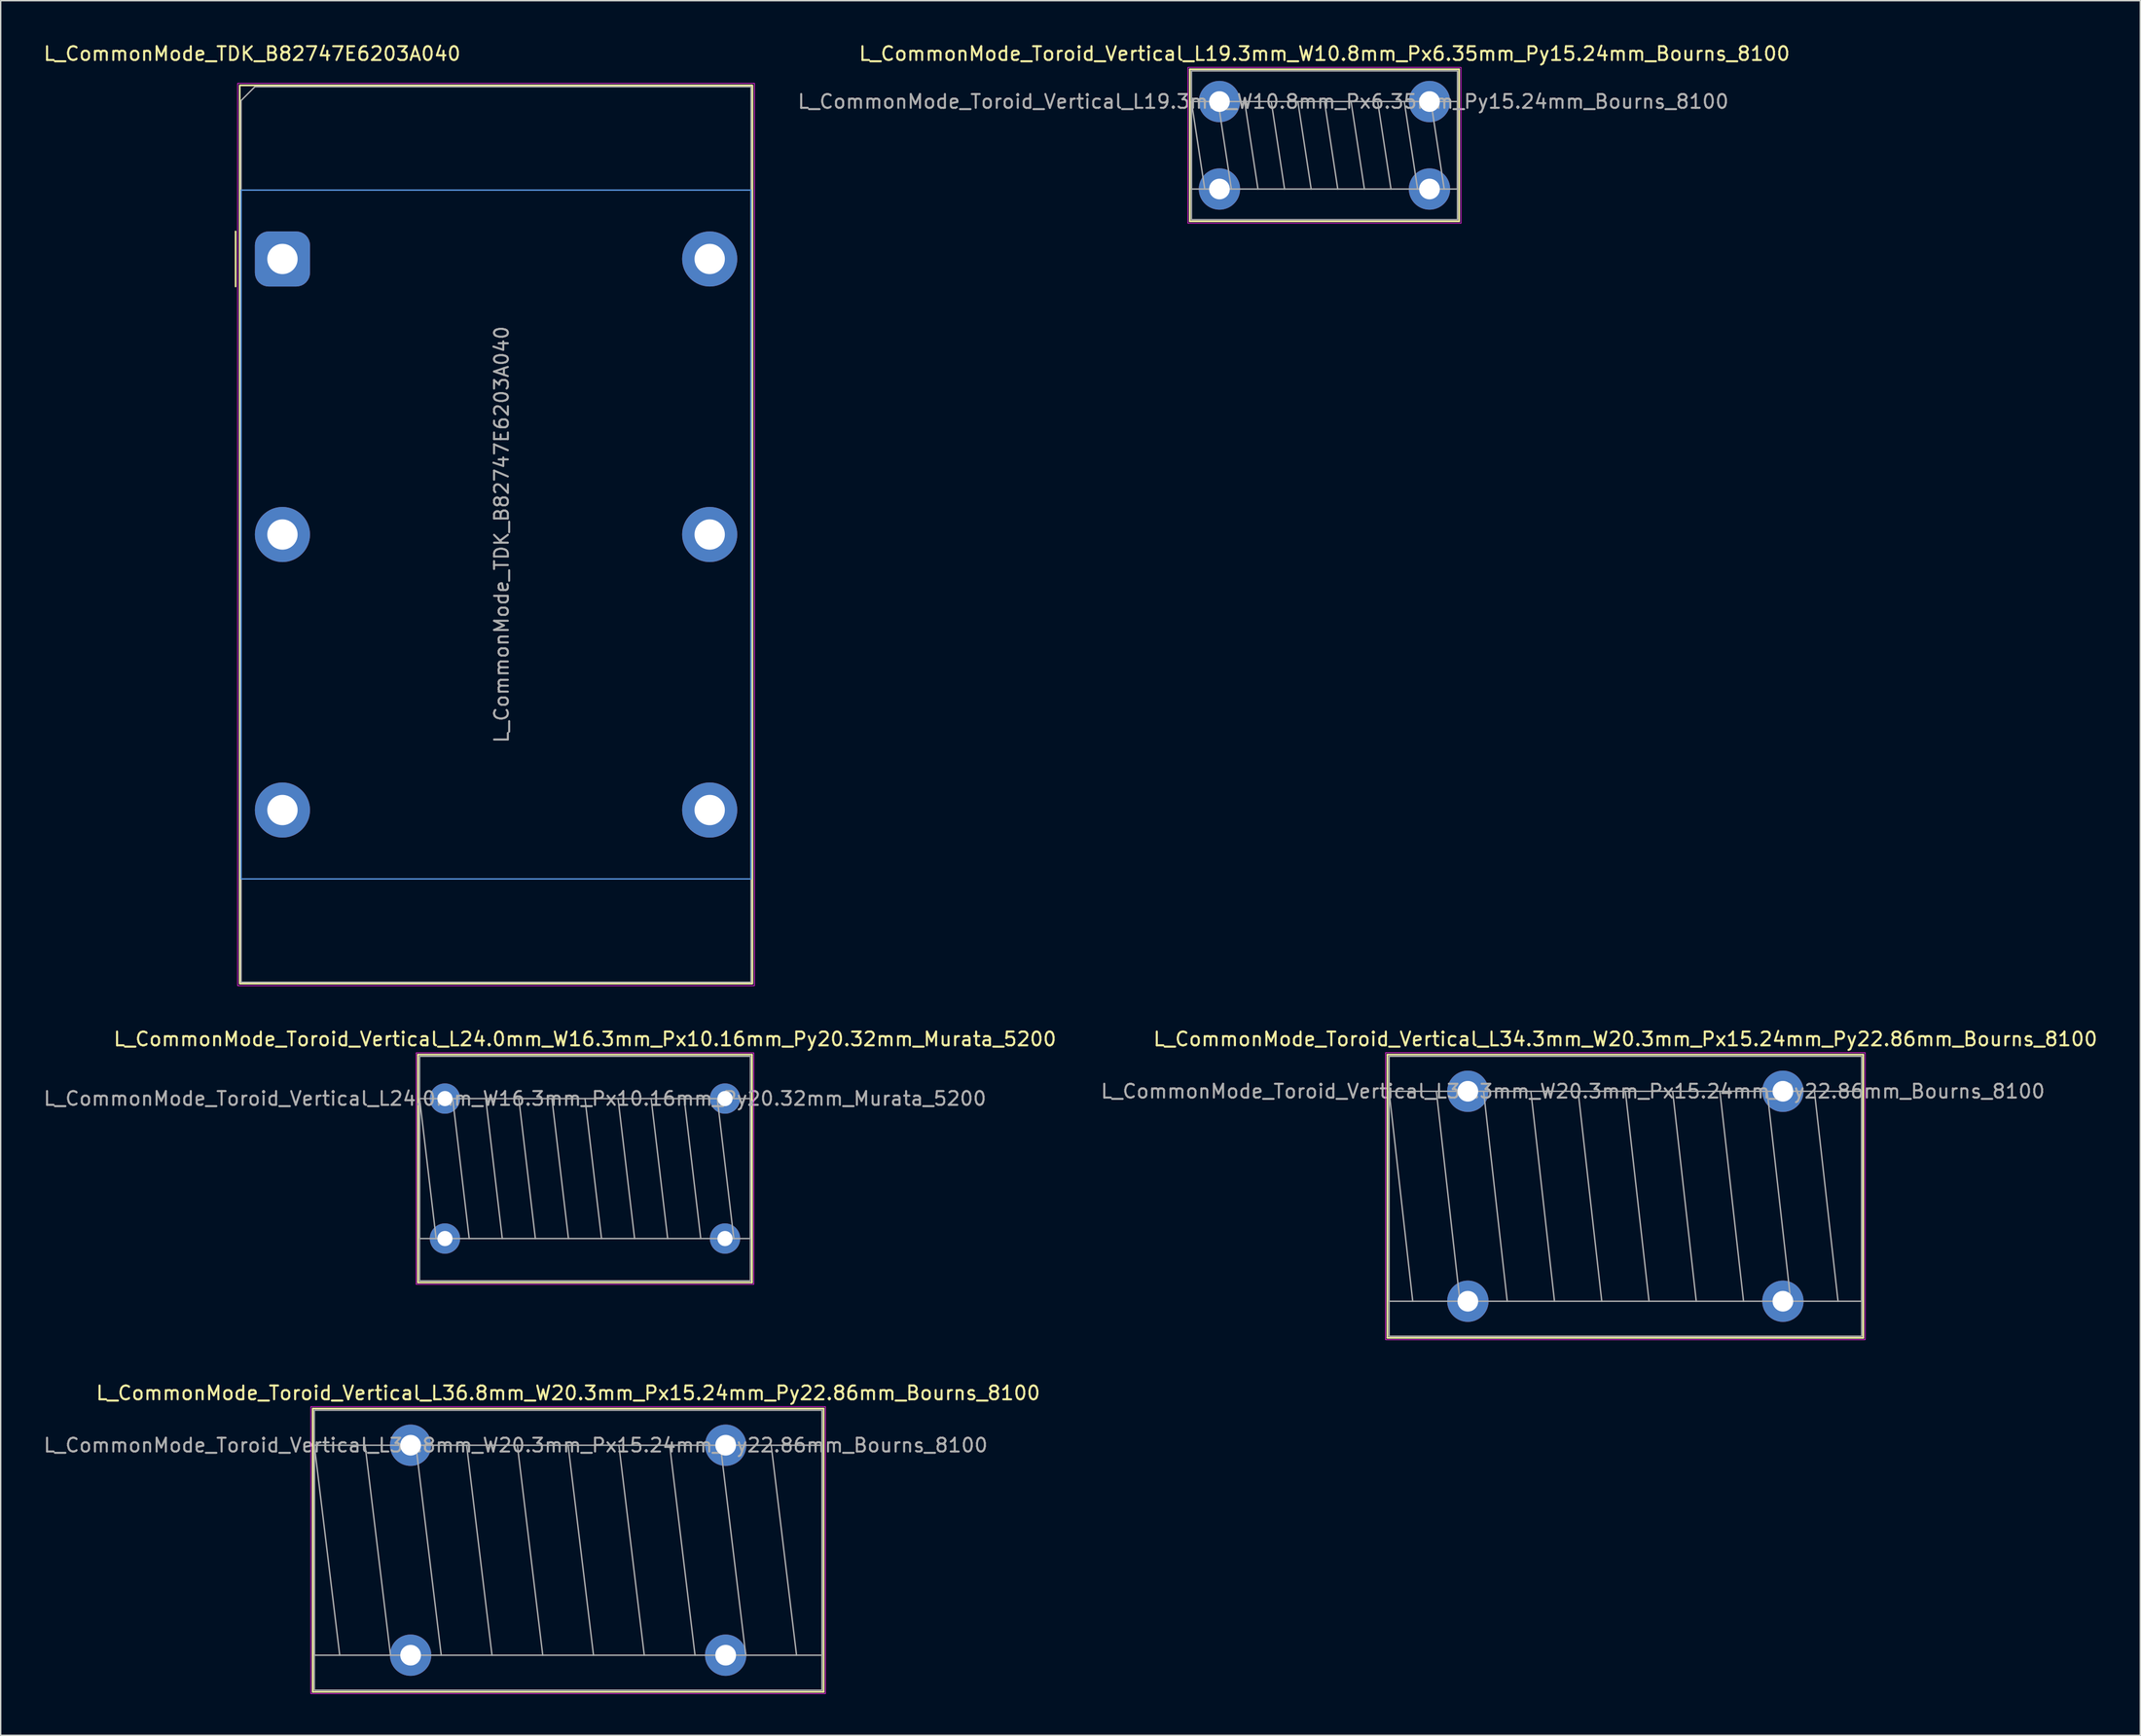
<source format=kicad_pcb>
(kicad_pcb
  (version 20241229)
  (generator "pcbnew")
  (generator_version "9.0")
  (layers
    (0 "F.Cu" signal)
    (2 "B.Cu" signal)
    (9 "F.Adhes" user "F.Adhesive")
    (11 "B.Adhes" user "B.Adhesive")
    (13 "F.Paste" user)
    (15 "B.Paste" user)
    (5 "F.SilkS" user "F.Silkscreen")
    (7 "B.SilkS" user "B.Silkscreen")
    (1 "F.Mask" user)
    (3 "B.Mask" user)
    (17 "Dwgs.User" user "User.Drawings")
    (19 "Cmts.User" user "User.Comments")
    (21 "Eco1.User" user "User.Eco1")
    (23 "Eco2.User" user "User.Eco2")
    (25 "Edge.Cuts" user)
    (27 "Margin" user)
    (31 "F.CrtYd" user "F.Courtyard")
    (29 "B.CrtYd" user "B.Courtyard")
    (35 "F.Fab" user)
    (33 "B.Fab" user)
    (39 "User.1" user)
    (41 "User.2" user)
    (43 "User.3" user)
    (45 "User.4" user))
  (footprint "L_CommonMode_TDK_B82747E6203A040"
    (layer "F.Cu")
    (at 17.444 15.748)
    (property "Reference" "L_CommonMode_TDK_B82747E6203A040" (at -2.2 -14.9 0) (layer "F.SilkS") (effects (font (size 1 1) (thickness 0.15))))
    (attr through_hole)
    (fp_line (start -3.4 -2) (end -3.4 2) (stroke (width 0.12) (type default)) (layer "F.SilkS"))
    (fp_rect (start -3.1 52.6) (end 34.1 -12.6) (stroke (width 0.12) (type default)) (fill no) (layer "F.SilkS"))
    (fp_rect (start -3 45) (end 34 -5) (stroke (width 0.1) (type default)) (fill no) (layer "Cmts.User"))
    (fp_rect (start -3.25 52.75) (end 34.25 -12.75) (stroke (width 0.05) (type default)) (fill no) (layer "F.CrtYd"))
    (fp_line (start -3 -11.5) (end -3 52.5) (stroke (width 0.1) (type default)) (layer "F.Fab"))
    (fp_line (start -3 -11.5) (end -2 -12.5) (stroke (width 0.1) (type default)) (layer "F.Fab"))
    (fp_line (start -3 52.5) (end 34 52.5) (stroke (width 0.1) (type default)) (layer "F.Fab"))
    (fp_line (start 34 -12.5) (end -2 -12.5) (stroke (width 0.1) (type default)) (layer "F.Fab"))
    (fp_line (start 34 -12.5) (end 34 52.5) (stroke (width 0.1) (type default)) (layer "F.Fab"))
    (fp_text user "${REFERENCE}" (at 15.9 20 90) (layer "F.Fab") (effects (font (size 1 1) (thickness 0.15))))
    (pad "1" thru_hole roundrect (at 0 0 90) (size 4 4) (drill 2.2) (layers "*.Cu" "*.Mask") (roundrect_rratio 0.25))
    (pad "2" thru_hole circle (at 0 20 90) (size 4 4) (drill 2.2) (layers "*.Cu" "*.Mask"))
    (pad "3" thru_hole circle (at 0 40 90) (size 4 4) (drill 2.2) (layers "*.Cu" "*.Mask"))
    (pad "4" thru_hole circle (at 31 40 90) (size 4 4) (drill 2.2) (layers "*.Cu" "*.Mask"))
    (pad "5" thru_hole circle (at 31 20 90) (size 4 4) (drill 2.2) (layers "*.Cu" "*.Mask"))
    (pad "6" thru_hole circle (at 31 0 90) (size 4 4) (drill 2.2) (layers "*.Cu" "*.Mask")))
  (footprint "L_CommonMode_Toroid_Vertical_L34.3mm_W20.3mm_Px15.24mm_Py22.86mm_Bourns_8100"
    (layer "F.Cu")
    (at 103.454 76.162)
    (property "Reference" "L_CommonMode_Toroid_Vertical_L34.3mm_W20.3mm_Px15.24mm_Py22.86mm_Bourns_8100" (at 11.43 -3.79 0) (layer "F.SilkS") (effects (font (size 1 1) (thickness 0.15))))
    (attr through_hole)
    (fp_line (start -5.835 -2.66) (end 28.695 -2.66) (stroke (width 0.12) (type solid)) (layer "F.SilkS"))
    (fp_line (start -5.835 17.9) (end -5.835 -2.66) (stroke (width 0.12) (type solid)) (layer "F.SilkS"))
    (fp_line (start 28.695 -2.66) (end 28.695 17.9) (stroke (width 0.12) (type solid)) (layer "F.SilkS"))
    (fp_line (start 28.695 17.9) (end -5.835 17.9) (stroke (width 0.12) (type solid)) (layer "F.SilkS"))
    (fp_rect (start -5.97 -2.8) (end 28.83 18.03) (stroke (width 0.05) (type solid)) (fill no) (layer "F.CrtYd"))
    (fp_line (start -5.715 0) (end -4 15.24) (stroke (width 0.1) (type solid)) (layer "F.Fab"))
    (fp_line (start -2.286 0) (end -0.572 15.24) (stroke (width 0.1) (type solid)) (layer "F.Fab"))
    (fp_line (start 1.143 0) (end 2.857 15.24) (stroke (width 0.1) (type solid)) (layer "F.Fab"))
    (fp_line (start 4.572 0) (end 6.287 15.24) (stroke (width 0.1) (type solid)) (layer "F.Fab"))
    (fp_line (start 8.001 0) (end 9.716 15.24) (stroke (width 0.1) (type solid)) (layer "F.Fab"))
    (fp_line (start 11.43 0) (end 13.145 15.24) (stroke (width 0.1) (type solid)) (layer "F.Fab"))
    (fp_line (start 14.859 0) (end 16.573 15.24) (stroke (width 0.1) (type solid)) (layer "F.Fab"))
    (fp_line (start 18.288 0) (end 20.003 15.24) (stroke (width 0.1) (type solid)) (layer "F.Fab"))
    (fp_line (start 21.717 0) (end 23.431 15.24) (stroke (width 0.1) (type solid)) (layer "F.Fab"))
    (fp_line (start 25.146 0) (end 26.86 15.24) (stroke (width 0.1) (type solid)) (layer "F.Fab"))
    (fp_rect (start -5.715 -2.54) (end 28.575 17.78) (stroke (width 0.1) (type solid)) (fill no) (layer "F.Fab"))
    (fp_rect (start -5.715 0) (end 28.575 15.24) (stroke (width 0.1) (type solid)) (fill no) (layer "F.Fab"))
    (fp_text user "${REFERENCE}" (at 7.62 0 0) (layer "F.Fab") (effects (font (size 1 1) (thickness 0.15))))
    (pad "1" thru_hole circle (at 0 0) (size 3 3) (drill 1.5) (layers "*.Cu" "*.Mask"))
    (pad "2" thru_hole circle (at 0 15.24) (size 3 3) (drill 1.5) (layers "*.Cu" "*.Mask"))
    (pad "3" thru_hole circle (at 22.86 15.24) (size 3 3) (drill 1.5) (layers "*.Cu" "*.Mask"))
    (pad "4" thru_hole circle (at 22.86 0) (size 3 3) (drill 1.5) (layers "*.Cu" "*.Mask")))
  (footprint "L_CommonMode_Toroid_Vertical_L19.3mm_W10.8mm_Px6.35mm_Py15.24mm_Bourns_8100"
    (layer "F.Cu")
    (at 85.431 4.321)
    (property "Reference" "L_CommonMode_Toroid_Vertical_L19.3mm_W10.8mm_Px6.35mm_Py15.24mm_Bourns_8100" (at 7.62 -3.473 0) (layer "F.SilkS") (effects (font (size 1 1) (thickness 0.15))))
    (attr through_hole)
    (fp_line (start -2.152 -2.343) (end 17.392 -2.343) (stroke (width 0.12) (type solid)) (layer "F.SilkS"))
    (fp_line (start -2.152 8.693) (end -2.152 -2.343) (stroke (width 0.12) (type solid)) (layer "F.SilkS"))
    (fp_line (start 17.392 -2.343) (end 17.392 8.693) (stroke (width 0.12) (type solid)) (layer "F.SilkS"))
    (fp_line (start 17.392 8.693) (end -2.152 8.693) (stroke (width 0.12) (type solid)) (layer "F.SilkS"))
    (fp_rect (start -2.29 -2.48) (end 17.53 8.83) (stroke (width 0.05) (type solid)) (fill no) (layer "F.CrtYd"))
    (fp_line (start -2.032 0) (end -1.067 6.35) (stroke (width 0.1) (type solid)) (layer "F.Fab"))
    (fp_line (start -0.102 0) (end 0.864 6.35) (stroke (width 0.1) (type solid)) (layer "F.Fab"))
    (fp_line (start 1.829 0) (end 2.794 6.35) (stroke (width 0.1) (type solid)) (layer "F.Fab"))
    (fp_line (start 3.759 0) (end 4.724 6.35) (stroke (width 0.1) (type solid)) (layer "F.Fab"))
    (fp_line (start 5.69 0) (end 6.655 6.35) (stroke (width 0.1) (type solid)) (layer "F.Fab"))
    (fp_line (start 7.62 0) (end 8.585 6.35) (stroke (width 0.1) (type solid)) (layer "F.Fab"))
    (fp_line (start 9.55 0) (end 10.516 6.35) (stroke (width 0.1) (type solid)) (layer "F.Fab"))
    (fp_line (start 11.481 0) (end 12.446 6.35) (stroke (width 0.1) (type solid)) (layer "F.Fab"))
    (fp_line (start 13.411 0) (end 14.376 6.35) (stroke (width 0.1) (type solid)) (layer "F.Fab"))
    (fp_line (start 15.342 0) (end 16.307 6.35) (stroke (width 0.1) (type solid)) (layer "F.Fab"))
    (fp_rect (start -2.032 -2.223) (end 17.272 8.572) (stroke (width 0.1) (type solid)) (fill no) (layer "F.Fab"))
    (fp_rect (start -2.032 0) (end 17.272 6.35) (stroke (width 0.1) (type solid)) (fill no) (layer "F.Fab"))
    (fp_text user "${REFERENCE}" (at 3.175 0 0) (layer "F.Fab") (effects (font (size 1 1) (thickness 0.15))))
    (pad "1" thru_hole circle (at 0 0) (size 3 3) (drill 1.5) (layers "*.Cu" "*.Mask"))
    (pad "2" thru_hole circle (at 0 6.35) (size 3 3) (drill 1.5) (layers "*.Cu" "*.Mask"))
    (pad "3" thru_hole circle (at 15.24 6.35) (size 3 3) (drill 1.5) (layers "*.Cu" "*.Mask"))
    (pad "4" thru_hole circle (at 15.24 0) (size 3 3) (drill 1.5) (layers "*.Cu" "*.Mask")))
  (footprint "L_CommonMode_Toroid_Vertical_L36.8mm_W20.3mm_Px15.24mm_Py22.86mm_Bourns_8100"
    (layer "F.Cu")
    (at 26.743 101.855)
    (property "Reference" "L_CommonMode_Toroid_Vertical_L36.8mm_W20.3mm_Px15.24mm_Py22.86mm_Bourns_8100" (at 11.43 -3.79 0) (layer "F.SilkS") (effects (font (size 1 1) (thickness 0.15))))
    (attr through_hole)
    (fp_line (start -7.105 -2.66) (end 29.965 -2.66) (stroke (width 0.12) (type solid)) (layer "F.SilkS"))
    (fp_line (start -7.105 17.9) (end -7.105 -2.66) (stroke (width 0.12) (type solid)) (layer "F.SilkS"))
    (fp_line (start 29.965 -2.66) (end 29.965 17.9) (stroke (width 0.12) (type solid)) (layer "F.SilkS"))
    (fp_line (start 29.965 17.9) (end -7.105 17.9) (stroke (width 0.12) (type solid)) (layer "F.SilkS"))
    (fp_rect (start -7.24 -2.8) (end 30.1 18.03) (stroke (width 0.05) (type solid)) (fill no) (layer "F.CrtYd"))
    (fp_line (start -6.985 0) (end -5.144 15.24) (stroke (width 0.1) (type solid)) (layer "F.Fab"))
    (fp_line (start -3.302 0) (end -1.46 15.24) (stroke (width 0.1) (type solid)) (layer "F.Fab"))
    (fp_line (start 0.381 0) (end 2.223 15.24) (stroke (width 0.1) (type solid)) (layer "F.Fab"))
    (fp_line (start 4.064 0) (end 5.905 15.24) (stroke (width 0.1) (type solid)) (layer "F.Fab"))
    (fp_line (start 7.747 0) (end 9.588 15.24) (stroke (width 0.1) (type solid)) (layer "F.Fab"))
    (fp_line (start 11.43 0) (end 13.271 15.24) (stroke (width 0.1) (type solid)) (layer "F.Fab"))
    (fp_line (start 15.113 0) (end 16.954 15.24) (stroke (width 0.1) (type solid)) (layer "F.Fab"))
    (fp_line (start 18.796 0) (end 20.637 15.24) (stroke (width 0.1) (type solid)) (layer "F.Fab"))
    (fp_line (start 22.479 0) (end 24.32 15.24) (stroke (width 0.1) (type solid)) (layer "F.Fab"))
    (fp_line (start 26.162 0) (end 28.003 15.24) (stroke (width 0.1) (type solid)) (layer "F.Fab"))
    (fp_rect (start -6.985 -2.54) (end 29.845 17.78) (stroke (width 0.1) (type solid)) (fill no) (layer "F.Fab"))
    (fp_rect (start -6.985 0) (end 29.845 15.24) (stroke (width 0.1) (type solid)) (fill no) (layer "F.Fab"))
    (fp_text user "${REFERENCE}" (at 7.62 0 0) (layer "F.Fab") (effects (font (size 1 1) (thickness 0.15))))
    (pad "1" thru_hole circle (at 0 0) (size 3 3) (drill 1.5) (layers "*.Cu" "*.Mask"))
    (pad "2" thru_hole circle (at 0 15.24) (size 3 3) (drill 1.5) (layers "*.Cu" "*.Mask"))
    (pad "3" thru_hole circle (at 22.86 15.24) (size 3 3) (drill 1.5) (layers "*.Cu" "*.Mask"))
    (pad "4" thru_hole circle (at 22.86 0) (size 3 3) (drill 1.5) (layers "*.Cu" "*.Mask")))
  (footprint "L_CommonMode_Toroid_Vertical_L24.0mm_W16.3mm_Px10.16mm_Py20.32mm_Murata_5200"
    (layer "F.Cu")
    (at 29.235 76.692)
    (property "Reference" "L_CommonMode_Toroid_Vertical_L24.0mm_W16.3mm_Px10.16mm_Py20.32mm_Murata_5200" (at 10.16 -4.32 0) (layer "F.SilkS") (effects (font (size 1 1) (thickness 0.15))))
    (attr through_hole)
    (fp_line (start -1.96 -3.19) (end 22.28 -3.19) (stroke (width 0.12) (type solid)) (layer "F.SilkS"))
    (fp_line (start -1.96 13.35) (end -1.96 -3.19) (stroke (width 0.12) (type solid)) (layer "F.SilkS"))
    (fp_line (start 22.28 -3.19) (end 22.28 13.35) (stroke (width 0.12) (type solid)) (layer "F.SilkS"))
    (fp_line (start 22.28 13.35) (end -1.96 13.35) (stroke (width 0.12) (type solid)) (layer "F.SilkS"))
    (fp_rect (start -2.09 -3.32) (end 22.41 13.48) (stroke (width 0.05) (type solid)) (fill no) (layer "F.CrtYd"))
    (fp_line (start -1.84 0) (end -0.64 10.16) (stroke (width 0.1) (type solid)) (layer "F.Fab"))
    (fp_line (start 0.56 0) (end 1.76 10.16) (stroke (width 0.1) (type solid)) (layer "F.Fab"))
    (fp_line (start 2.96 0) (end 4.16 10.16) (stroke (width 0.1) (type solid)) (layer "F.Fab"))
    (fp_line (start 5.36 0) (end 6.56 10.16) (stroke (width 0.1) (type solid)) (layer "F.Fab"))
    (fp_line (start 7.76 0) (end 8.96 10.16) (stroke (width 0.1) (type solid)) (layer "F.Fab"))
    (fp_line (start 10.16 0) (end 11.36 10.16) (stroke (width 0.1) (type solid)) (layer "F.Fab"))
    (fp_line (start 12.56 0) (end 13.76 10.16) (stroke (width 0.1) (type solid)) (layer "F.Fab"))
    (fp_line (start 14.96 0) (end 16.16 10.16) (stroke (width 0.1) (type solid)) (layer "F.Fab"))
    (fp_line (start 17.36 0) (end 18.56 10.16) (stroke (width 0.1) (type solid)) (layer "F.Fab"))
    (fp_line (start 19.76 0) (end 20.96 10.16) (stroke (width 0.1) (type solid)) (layer "F.Fab"))
    (fp_rect (start -1.84 -3.07) (end 22.16 13.23) (stroke (width 0.1) (type solid)) (fill no) (layer "F.Fab"))
    (fp_rect (start -1.84 0) (end 22.16 10.16) (stroke (width 0.1) (type solid)) (fill no) (layer "F.Fab"))
    (fp_text user "${REFERENCE}" (at 5.08 0 0) (layer "F.Fab") (effects (font (size 1 1) (thickness 0.15))))
    (pad "1" thru_hole circle (at 0 0) (size 2.2 2.2) (drill 1.1) (layers "*.Cu" "*.Mask"))
    (pad "2" thru_hole circle (at 0 10.16) (size 2.2 2.2) (drill 1.1) (layers "*.Cu" "*.Mask"))
    (pad "3" thru_hole circle (at 20.32 10.16) (size 2.2 2.2) (drill 1.1) (layers "*.Cu" "*.Mask"))
    (pad "4" thru_hole circle (at 20.32 0) (size 2.2 2.2) (drill 1.1) (layers "*.Cu" "*.Mask")))
  (gr_rect
    (start -3 -3)
    (end 152.247 122.91)
    (stroke (width 0.1) (type default))
    (fill no)
    (layer "Edge.Cuts")))
</source>
